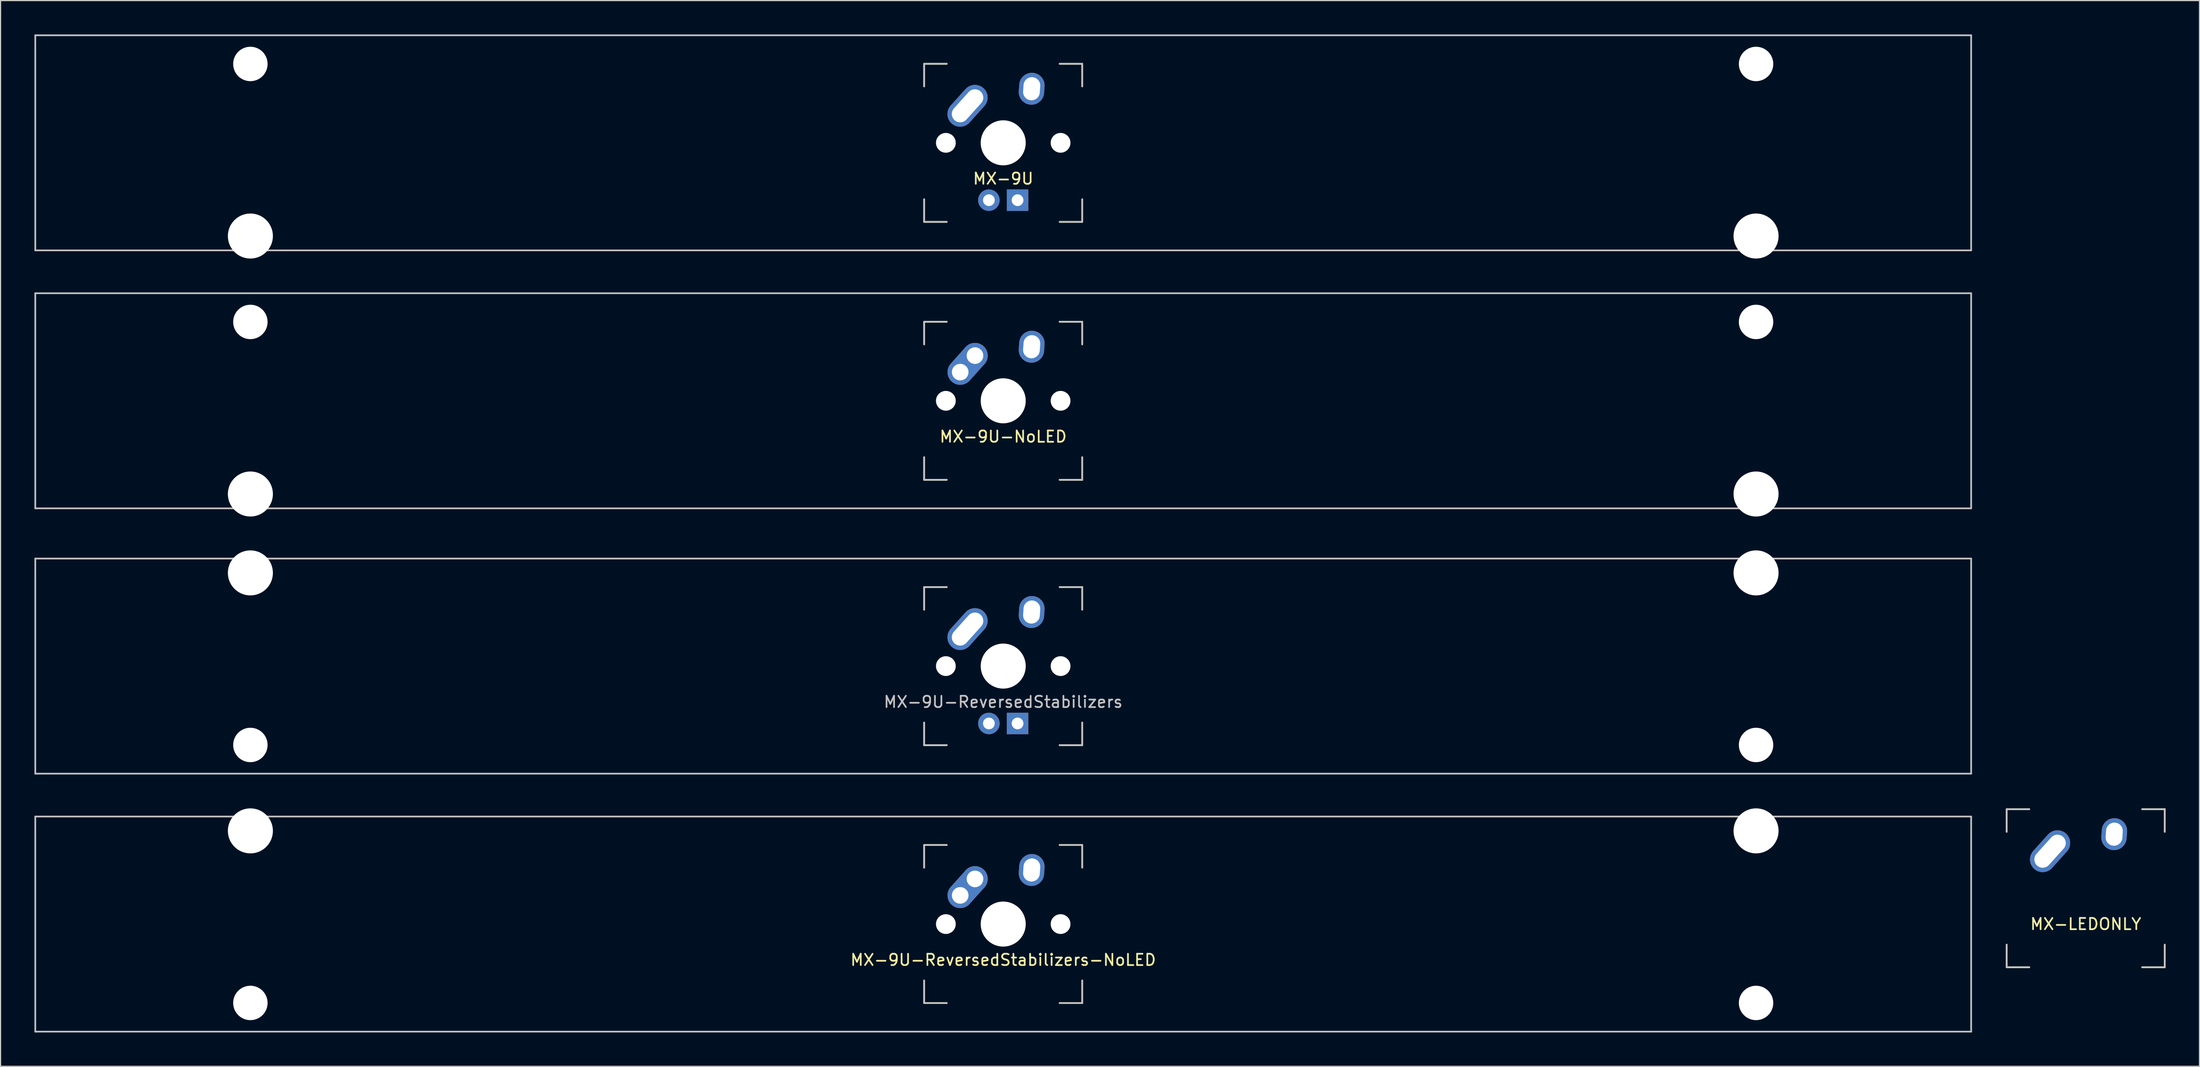
<source format=kicad_pcb>
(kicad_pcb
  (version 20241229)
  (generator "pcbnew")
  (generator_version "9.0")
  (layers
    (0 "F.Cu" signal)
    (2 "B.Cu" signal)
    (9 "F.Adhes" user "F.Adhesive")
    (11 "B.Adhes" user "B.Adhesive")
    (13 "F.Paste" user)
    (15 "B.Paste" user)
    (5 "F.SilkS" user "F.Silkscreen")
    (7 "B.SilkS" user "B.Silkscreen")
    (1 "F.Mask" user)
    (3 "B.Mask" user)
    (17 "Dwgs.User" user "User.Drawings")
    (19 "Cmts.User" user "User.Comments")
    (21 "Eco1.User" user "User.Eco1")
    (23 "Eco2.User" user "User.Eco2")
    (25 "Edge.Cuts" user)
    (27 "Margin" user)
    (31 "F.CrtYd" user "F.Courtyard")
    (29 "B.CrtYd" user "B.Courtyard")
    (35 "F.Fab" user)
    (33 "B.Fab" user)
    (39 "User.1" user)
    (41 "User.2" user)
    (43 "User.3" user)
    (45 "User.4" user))
  (footprint "MX-9U-NoLED"
    (layer "F.Cu")
    (at 85.8 32.449)
    (property "Reference" "MX-9U-NoLED" (at 0 3.175 0) (layer "F.SilkS") (effects (font (size 1 1) (thickness 0.15))))
    (attr through_hole)
    (fp_line (start -7 -7) (end -7 -5) (stroke (width 0.15) (type solid)) (layer "F.SilkS"))
    (fp_line (start -7 5) (end -7 7) (stroke (width 0.15) (type solid)) (layer "F.SilkS"))
    (fp_line (start -7 7) (end -5 7) (stroke (width 0.15) (type solid)) (layer "F.SilkS"))
    (fp_line (start -5 -7) (end -7 -7) (stroke (width 0.15) (type solid)) (layer "F.SilkS"))
    (fp_line (start 5 -7) (end 7 -7) (stroke (width 0.15) (type solid)) (layer "F.SilkS"))
    (fp_line (start 5 7) (end 7 7) (stroke (width 0.15) (type solid)) (layer "F.SilkS"))
    (fp_line (start 7 -7) (end 7 -5) (stroke (width 0.15) (type solid)) (layer "F.SilkS"))
    (fp_line (start 7 7) (end 7 5) (stroke (width 0.15) (type solid)) (layer "F.SilkS"))
    (fp_line (start -85.725 -9.525) (end 85.725 -9.525) (stroke (width 0.15) (type solid)) (layer "Dwgs.User"))
    (fp_line (start -85.725 9.525) (end -85.725 -9.525) (stroke (width 0.15) (type solid)) (layer "Dwgs.User"))
    (fp_line (start -85.725 9.525) (end 85.725 9.525) (stroke (width 0.15) (type solid)) (layer "Dwgs.User"))
    (fp_line (start -7 -7) (end -7 -5) (stroke (width 0.15) (type solid)) (layer "Dwgs.User"))
    (fp_line (start -7 5) (end -7 7) (stroke (width 0.15) (type solid)) (layer "Dwgs.User"))
    (fp_line (start -7 7) (end -5 7) (stroke (width 0.15) (type solid)) (layer "Dwgs.User"))
    (fp_line (start -5 -7) (end -7 -7) (stroke (width 0.15) (type solid)) (layer "Dwgs.User"))
    (fp_line (start 5 -7) (end 7 -7) (stroke (width 0.15) (type solid)) (layer "Dwgs.User"))
    (fp_line (start 5 7) (end 7 7) (stroke (width 0.15) (type solid)) (layer "Dwgs.User"))
    (fp_line (start 7 -7) (end 7 -5) (stroke (width 0.15) (type solid)) (layer "Dwgs.User"))
    (fp_line (start 7 7) (end 7 5) (stroke (width 0.15) (type solid)) (layer "Dwgs.User"))
    (fp_line (start 85.725 -9.525) (end 85.725 9.525) (stroke (width 0.15) (type solid)) (layer "Dwgs.User"))
    (pad "" np_thru_hole circle (at -66.675 -6.985) (size 3.048 3.048) (drill 3.048) (layers "*.Cu" "*.Mask"))
    (pad "" np_thru_hole circle (at -66.675 8.255) (size 3.988 3.988) (drill 3.988) (layers "*.Cu" "*.Mask"))
    (pad "" np_thru_hole circle (at -5.08 0 48.1) (size 1.75 1.75) (drill 1.75) (layers "*.Cu" "*.Mask"))
    (pad "" np_thru_hole circle (at 0 0) (size 3.988 3.988) (drill 3.988) (layers "*.Cu" "*.Mask"))
    (pad "" np_thru_hole circle (at 5.08 0 48.1) (size 1.75 1.75) (drill 1.75) (layers "*.Cu" "*.Mask"))
    (pad "" np_thru_hole circle (at 66.675 -6.985) (size 3.048 3.048) (drill 3.048) (layers "*.Cu" "*.Mask"))
    (pad "" np_thru_hole circle (at 66.675 8.255) (size 3.988 3.988) (drill 3.988) (layers "*.Cu" "*.Mask"))
    (pad "1" thru_hole oval (at -3.81 -2.54 48.1) (size 4.212 2.25) (drill 1.47 (offset 0.981 0)) (layers "*.Cu" "*.Mask"))
    (pad "1" thru_hole circle (at -2.5 -4) (size 2.25 2.25) (drill 1.47) (layers "*.Cu" "*.Mask"))
    (pad "2" thru_hole oval (at 2.52 -4.79 86) (size 2.831 2.25) (drill oval 2.051 1.48) (layers "*.Cu" "*.Mask")))
  (footprint "MX-LEDONLY"
    (layer "F.Cu")
    (at 181.675 75.622)
    (property "Reference" "MX-LEDONLY" (at 0 3.175 0) (layer "F.SilkS") (effects (font (size 1 1) (thickness 0.15))))
    (attr through_hole)
    (fp_line (start -7 -7) (end -7 -5) (stroke (width 0.15) (type solid)) (layer "F.SilkS"))
    (fp_line (start -7 5) (end -7 7) (stroke (width 0.15) (type solid)) (layer "F.SilkS"))
    (fp_line (start -7 7) (end -5 7) (stroke (width 0.15) (type solid)) (layer "F.SilkS"))
    (fp_line (start -5 -7) (end -7 -7) (stroke (width 0.15) (type solid)) (layer "F.SilkS"))
    (fp_line (start 5 -7) (end 7 -7) (stroke (width 0.15) (type solid)) (layer "F.SilkS"))
    (fp_line (start 5 7) (end 7 7) (stroke (width 0.15) (type solid)) (layer "F.SilkS"))
    (fp_line (start 7 -7) (end 7 -5) (stroke (width 0.15) (type solid)) (layer "F.SilkS"))
    (fp_line (start 7 7) (end 7 5) (stroke (width 0.15) (type solid)) (layer "F.SilkS"))
    (fp_line (start -7 -7) (end -7 -5) (stroke (width 0.15) (type solid)) (layer "Dwgs.User"))
    (fp_line (start -7 5) (end -7 7) (stroke (width 0.15) (type solid)) (layer "Dwgs.User"))
    (fp_line (start -7 7) (end -5 7) (stroke (width 0.15) (type solid)) (layer "Dwgs.User"))
    (fp_line (start -5 -7) (end -7 -7) (stroke (width 0.15) (type solid)) (layer "Dwgs.User"))
    (fp_line (start 5 -7) (end 7 -7) (stroke (width 0.15) (type solid)) (layer "Dwgs.User"))
    (fp_line (start 5 7) (end 7 7) (stroke (width 0.15) (type solid)) (layer "Dwgs.User"))
    (fp_line (start 7 -7) (end 7 -5) (stroke (width 0.15) (type solid)) (layer "Dwgs.User"))
    (fp_line (start 7 7) (end 7 5) (stroke (width 0.15) (type solid)) (layer "Dwgs.User"))
    (pad "1" thru_hole oval (at -3.16 -3.28 48) (size 4.21 2.25) (drill oval 3.43 1.48) (layers "*.Cu" "*.Mask"))
    (pad "2" thru_hole oval (at 2.52 -4.79 86) (size 2.831 2.25) (drill oval 2.051 1.48) (layers "*.Cu" "*.Mask")))
  (footprint "MX-9U"
    (layer "F.Cu")
    (at 85.8 9.6)
    (property "Reference" "MX-9U" (at 0 3.175 0) (layer "F.SilkS") (effects (font (size 1 1) (thickness 0.15))))
    (attr through_hole)
    (fp_line (start -7 -7) (end -7 -5) (stroke (width 0.15) (type solid)) (layer "F.SilkS"))
    (fp_line (start -7 5) (end -7 7) (stroke (width 0.15) (type solid)) (layer "F.SilkS"))
    (fp_line (start -7 7) (end -5 7) (stroke (width 0.15) (type solid)) (layer "F.SilkS"))
    (fp_line (start -5 -7) (end -7 -7) (stroke (width 0.15) (type solid)) (layer "F.SilkS"))
    (fp_line (start 5 -7) (end 7 -7) (stroke (width 0.15) (type solid)) (layer "F.SilkS"))
    (fp_line (start 5 7) (end 7 7) (stroke (width 0.15) (type solid)) (layer "F.SilkS"))
    (fp_line (start 7 -7) (end 7 -5) (stroke (width 0.15) (type solid)) (layer "F.SilkS"))
    (fp_line (start 7 7) (end 7 5) (stroke (width 0.15) (type solid)) (layer "F.SilkS"))
    (fp_line (start -85.725 -9.525) (end 85.725 -9.525) (stroke (width 0.15) (type solid)) (layer "Dwgs.User"))
    (fp_line (start -85.725 9.525) (end -85.725 -9.525) (stroke (width 0.15) (type solid)) (layer "Dwgs.User"))
    (fp_line (start -85.725 9.525) (end 85.725 9.525) (stroke (width 0.15) (type solid)) (layer "Dwgs.User"))
    (fp_line (start -7 -7) (end -7 -5) (stroke (width 0.15) (type solid)) (layer "Dwgs.User"))
    (fp_line (start -7 5) (end -7 7) (stroke (width 0.15) (type solid)) (layer "Dwgs.User"))
    (fp_line (start -7 7) (end -5 7) (stroke (width 0.15) (type solid)) (layer "Dwgs.User"))
    (fp_line (start -5 -7) (end -7 -7) (stroke (width 0.15) (type solid)) (layer "Dwgs.User"))
    (fp_line (start 5 -7) (end 7 -7) (stroke (width 0.15) (type solid)) (layer "Dwgs.User"))
    (fp_line (start 5 7) (end 7 7) (stroke (width 0.15) (type solid)) (layer "Dwgs.User"))
    (fp_line (start 7 -7) (end 7 -5) (stroke (width 0.15) (type solid)) (layer "Dwgs.User"))
    (fp_line (start 7 7) (end 7 5) (stroke (width 0.15) (type solid)) (layer "Dwgs.User"))
    (fp_line (start 85.725 -9.525) (end 85.725 9.525) (stroke (width 0.15) (type solid)) (layer "Dwgs.User"))
    (pad "" np_thru_hole circle (at -66.675 -6.985) (size 3.048 3.048) (drill 3.048) (layers "*.Cu" "*.Mask"))
    (pad "" np_thru_hole circle (at -66.675 8.255) (size 3.988 3.988) (drill 3.988) (layers "*.Cu" "*.Mask"))
    (pad "" np_thru_hole circle (at -5.08 0 48.1) (size 1.75 1.75) (drill 1.75) (layers "*.Cu" "*.Mask"))
    (pad "" np_thru_hole circle (at 0 0) (size 3.988 3.988) (drill 3.988) (layers "*.Cu" "*.Mask"))
    (pad "" np_thru_hole circle (at 5.08 0 48.1) (size 1.75 1.75) (drill 1.75) (layers "*.Cu" "*.Mask"))
    (pad "" np_thru_hole circle (at 66.675 -6.985) (size 3.048 3.048) (drill 3.048) (layers "*.Cu" "*.Mask"))
    (pad "" np_thru_hole circle (at 66.675 8.255) (size 3.988 3.988) (drill 3.988) (layers "*.Cu" "*.Mask"))
    (pad "1" thru_hole oval (at -3.16 -3.28 48) (size 4.21 2.25) (drill oval 3.43 1.48) (layers "*.Cu" "*.Mask"))
    (pad "2" thru_hole oval (at 2.52 -4.79 86) (size 2.831 2.25) (drill oval 2.051 1.48) (layers "*.Cu" "*.Mask"))
    (pad "3" thru_hole circle (at -1.27 5.08) (size 1.905 1.905) (drill 1.04) (layers "*.Cu" "*.Mask"))
    (pad "4" thru_hole rect (at 1.27 5.08) (size 1.905 1.905) (drill 1.04) (layers "*.Cu" "*.Mask")))
  (footprint "MX-9U-ReversedStabilizers-NoLED"
    (layer "F.Cu")
    (at 85.8 78.796)
    (property "Reference" "MX-9U-ReversedStabilizers-NoLED" (at 0 3.175 0) (layer "F.SilkS") (effects (font (size 1 1) (thickness 0.15))))
    (attr through_hole)
    (fp_line (start -7 -7) (end -7 -5) (stroke (width 0.15) (type solid)) (layer "F.SilkS"))
    (fp_line (start -7 5) (end -7 7) (stroke (width 0.15) (type solid)) (layer "F.SilkS"))
    (fp_line (start -7 7) (end -5 7) (stroke (width 0.15) (type solid)) (layer "F.SilkS"))
    (fp_line (start -5 -7) (end -7 -7) (stroke (width 0.15) (type solid)) (layer "F.SilkS"))
    (fp_line (start 5 -7) (end 7 -7) (stroke (width 0.15) (type solid)) (layer "F.SilkS"))
    (fp_line (start 5 7) (end 7 7) (stroke (width 0.15) (type solid)) (layer "F.SilkS"))
    (fp_line (start 7 -7) (end 7 -5) (stroke (width 0.15) (type solid)) (layer "F.SilkS"))
    (fp_line (start 7 7) (end 7 5) (stroke (width 0.15) (type solid)) (layer "F.SilkS"))
    (fp_line (start -85.725 -9.525) (end 85.725 -9.525) (stroke (width 0.15) (type solid)) (layer "Dwgs.User"))
    (fp_line (start -85.725 9.525) (end -85.725 -9.525) (stroke (width 0.15) (type solid)) (layer "Dwgs.User"))
    (fp_line (start -85.725 9.525) (end 85.725 9.525) (stroke (width 0.15) (type solid)) (layer "Dwgs.User"))
    (fp_line (start -7 -7) (end -7 -5) (stroke (width 0.15) (type solid)) (layer "Dwgs.User"))
    (fp_line (start -7 5) (end -7 7) (stroke (width 0.15) (type solid)) (layer "Dwgs.User"))
    (fp_line (start -7 7) (end -5 7) (stroke (width 0.15) (type solid)) (layer "Dwgs.User"))
    (fp_line (start -5 -7) (end -7 -7) (stroke (width 0.15) (type solid)) (layer "Dwgs.User"))
    (fp_line (start 5 -7) (end 7 -7) (stroke (width 0.15) (type solid)) (layer "Dwgs.User"))
    (fp_line (start 5 7) (end 7 7) (stroke (width 0.15) (type solid)) (layer "Dwgs.User"))
    (fp_line (start 7 -7) (end 7 -5) (stroke (width 0.15) (type solid)) (layer "Dwgs.User"))
    (fp_line (start 7 7) (end 7 5) (stroke (width 0.15) (type solid)) (layer "Dwgs.User"))
    (fp_line (start 85.725 -9.525) (end 85.725 9.525) (stroke (width 0.15) (type solid)) (layer "Dwgs.User"))
    (pad "" np_thru_hole circle (at -66.675 -8.255) (size 3.988 3.988) (drill 3.988) (layers "*.Cu" "*.Mask"))
    (pad "" np_thru_hole circle (at -66.675 6.985) (size 3.048 3.048) (drill 3.048) (layers "*.Cu" "*.Mask"))
    (pad "" np_thru_hole circle (at -5.08 0 48.1) (size 1.75 1.75) (drill 1.75) (layers "*.Cu" "*.Mask"))
    (pad "" np_thru_hole circle (at 0 0) (size 3.988 3.988) (drill 3.988) (layers "*.Cu" "*.Mask"))
    (pad "" np_thru_hole circle (at 5.08 0 48.1) (size 1.75 1.75) (drill 1.75) (layers "*.Cu" "*.Mask"))
    (pad "" np_thru_hole circle (at 66.675 -8.255) (size 3.988 3.988) (drill 3.988) (layers "*.Cu" "*.Mask"))
    (pad "" np_thru_hole circle (at 66.675 6.985) (size 3.048 3.048) (drill 3.048) (layers "*.Cu" "*.Mask"))
    (pad "1" thru_hole oval (at -3.81 -2.54 48.1) (size 4.212 2.25) (drill 1.47 (offset 0.981 0)) (layers "*.Cu" "*.Mask"))
    (pad "1" thru_hole circle (at -2.5 -4) (size 2.25 2.25) (drill 1.47) (layers "*.Cu" "*.Mask"))
    (pad "2" thru_hole oval (at 2.52 -4.79 86) (size 2.831 2.25) (drill oval 2.051 1.48) (layers "*.Cu" "*.Mask")))
  (footprint "MX-9U-ReversedStabilizers"
    (layer "F.Cu")
    (at 85.8 55.947)
    (property "Reference" "MX-9U-ReversedStabilizers" (at 0 3.175 0) (layer "Dwgs.User") (effects (font (size 1 1) (thickness 0.15))))
    (attr through_hole)
    (fp_line (start -7 -7) (end -7 -5) (stroke (width 0.15) (type solid)) (layer "F.SilkS"))
    (fp_line (start -7 5) (end -7 7) (stroke (width 0.15) (type solid)) (layer "F.SilkS"))
    (fp_line (start -7 7) (end -5 7) (stroke (width 0.15) (type solid)) (layer "F.SilkS"))
    (fp_line (start -5 -7) (end -7 -7) (stroke (width 0.15) (type solid)) (layer "F.SilkS"))
    (fp_line (start 5 -7) (end 7 -7) (stroke (width 0.15) (type solid)) (layer "F.SilkS"))
    (fp_line (start 5 7) (end 7 7) (stroke (width 0.15) (type solid)) (layer "F.SilkS"))
    (fp_line (start 7 -7) (end 7 -5) (stroke (width 0.15) (type solid)) (layer "F.SilkS"))
    (fp_line (start 7 7) (end 7 5) (stroke (width 0.15) (type solid)) (layer "F.SilkS"))
    (fp_line (start -85.725 -9.525) (end 85.725 -9.525) (stroke (width 0.15) (type solid)) (layer "Dwgs.User"))
    (fp_line (start -85.725 9.525) (end -85.725 -9.525) (stroke (width 0.15) (type solid)) (layer "Dwgs.User"))
    (fp_line (start -85.725 9.525) (end 85.725 9.525) (stroke (width 0.15) (type solid)) (layer "Dwgs.User"))
    (fp_line (start -7 -7) (end -7 -5) (stroke (width 0.15) (type solid)) (layer "Dwgs.User"))
    (fp_line (start -7 5) (end -7 7) (stroke (width 0.15) (type solid)) (layer "Dwgs.User"))
    (fp_line (start -7 7) (end -5 7) (stroke (width 0.15) (type solid)) (layer "Dwgs.User"))
    (fp_line (start -5 -7) (end -7 -7) (stroke (width 0.15) (type solid)) (layer "Dwgs.User"))
    (fp_line (start 5 -7) (end 7 -7) (stroke (width 0.15) (type solid)) (layer "Dwgs.User"))
    (fp_line (start 5 7) (end 7 7) (stroke (width 0.15) (type solid)) (layer "Dwgs.User"))
    (fp_line (start 7 -7) (end 7 -5) (stroke (width 0.15) (type solid)) (layer "Dwgs.User"))
    (fp_line (start 7 7) (end 7 5) (stroke (width 0.15) (type solid)) (layer "Dwgs.User"))
    (fp_line (start 85.725 -9.525) (end 85.725 9.525) (stroke (width 0.15) (type solid)) (layer "Dwgs.User"))
    (pad "" np_thru_hole circle (at -66.675 -8.255) (size 3.988 3.988) (drill 3.988) (layers "*.Cu" "*.Mask"))
    (pad "" np_thru_hole circle (at -66.675 6.985) (size 3.048 3.048) (drill 3.048) (layers "*.Cu" "*.Mask"))
    (pad "" np_thru_hole circle (at -5.08 0 48.1) (size 1.75 1.75) (drill 1.75) (layers "*.Cu" "*.Mask"))
    (pad "" np_thru_hole circle (at 0 0) (size 3.988 3.988) (drill 3.988) (layers "*.Cu" "*.Mask"))
    (pad "" np_thru_hole circle (at 5.08 0 48.1) (size 1.75 1.75) (drill 1.75) (layers "*.Cu" "*.Mask"))
    (pad "" np_thru_hole circle (at 66.675 -8.255) (size 3.988 3.988) (drill 3.988) (layers "*.Cu" "*.Mask"))
    (pad "" np_thru_hole circle (at 66.675 6.985) (size 3.048 3.048) (drill 3.048) (layers "*.Cu" "*.Mask"))
    (pad "1" thru_hole oval (at -3.16 -3.28 48) (size 4.21 2.25) (drill oval 3.43 1.48) (layers "*.Cu" "B.Mask"))
    (pad "2" thru_hole oval (at 2.52 -4.79 86) (size 2.831 2.25) (drill oval 2.051 1.48) (layers "*.Cu" "B.Mask"))
    (pad "3" thru_hole circle (at -1.27 5.08) (size 1.905 1.905) (drill 1.04) (layers "*.Cu" "B.Mask"))
    (pad "4" thru_hole rect (at 1.27 5.08) (size 1.905 1.905) (drill 1.04) (layers "*.Cu" "B.Mask")))
  (gr_rect
    (start -3 -3)
    (end 191.75 91.396)
    (stroke (width 0.1) (type default))
    (fill no)
    (layer "Edge.Cuts")))
</source>
